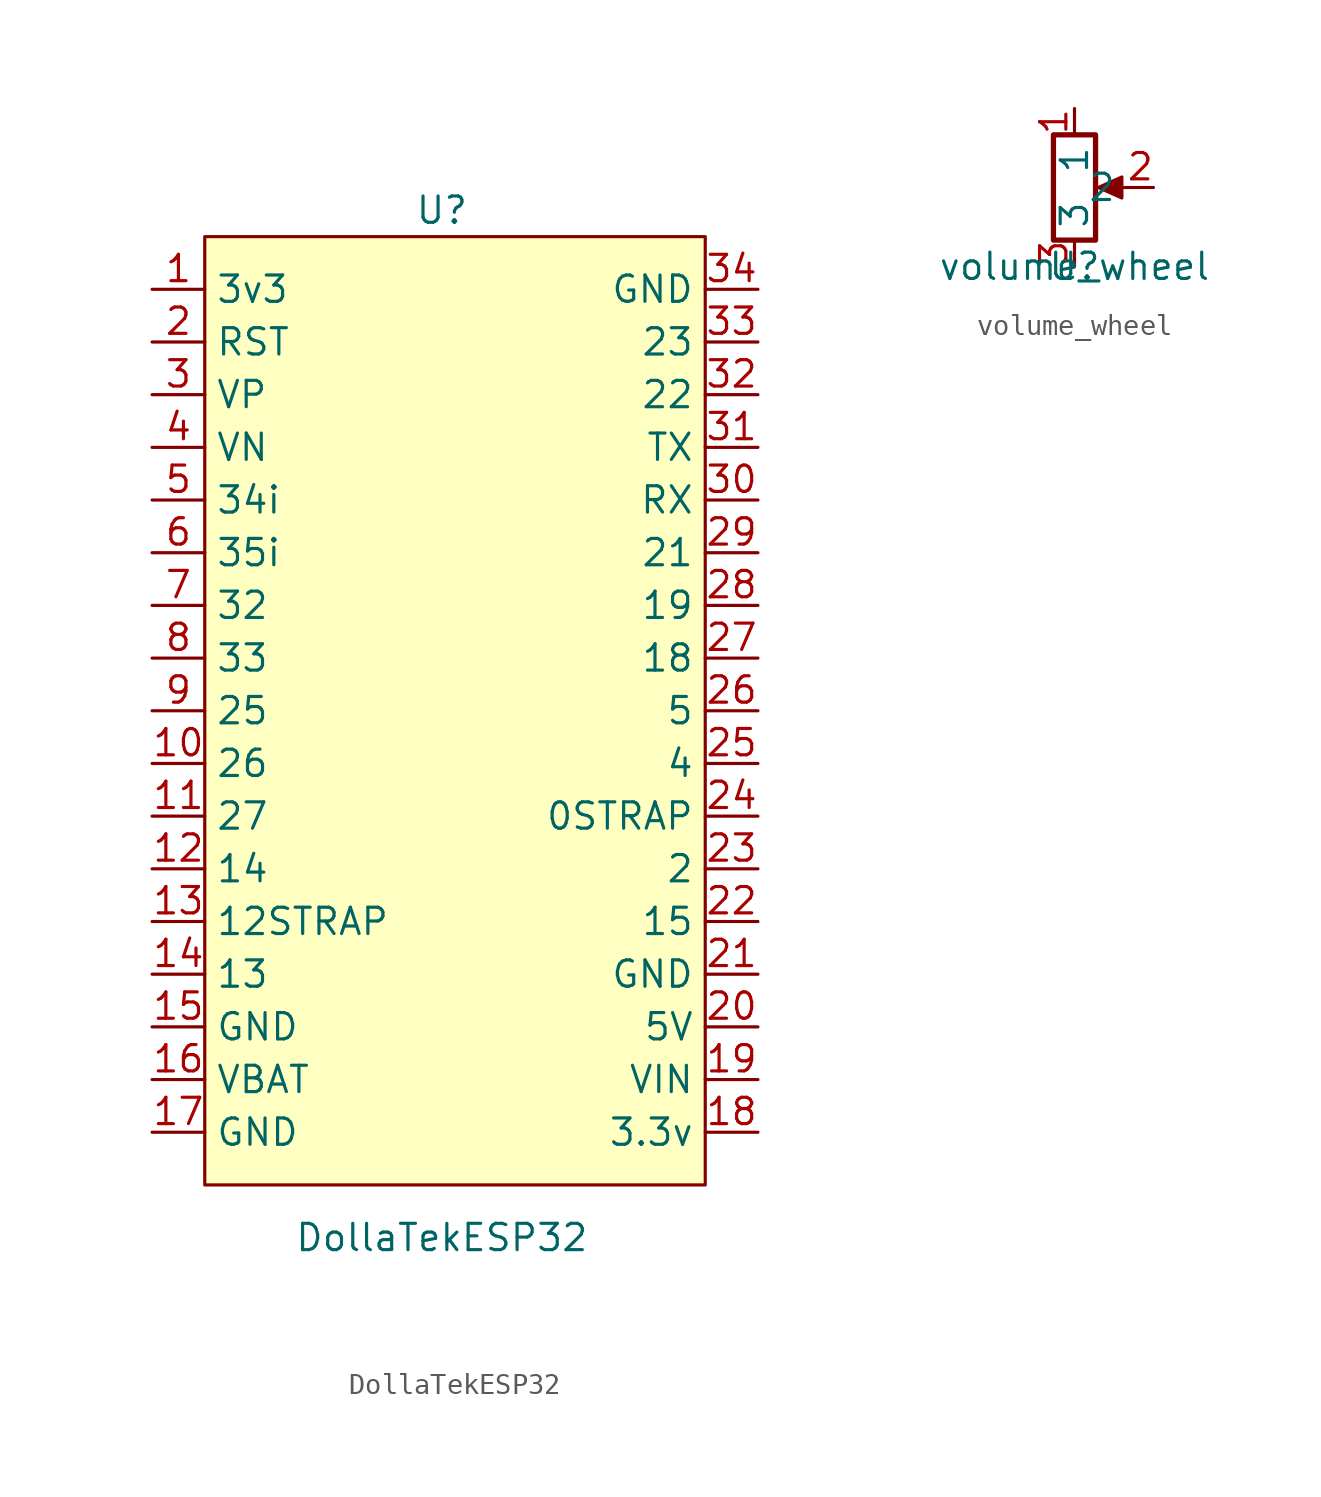
<source format=kicad_sym>
(kicad_symbol_lib
  (version 20211014)
  (generator kicad_symbol_editor)
  (symbol "DollaTekESP32"
    (property "Reference" "U"
      (at 0 21.59 0)
      (effects (font (size 1.27 1.27))))
    (property "Value" "DollaTekESP32"
      (at 0 -27.94 0)
      (effects (font (size 1.27 1.27))))
    (symbol "DollaTekESP32_0_1"
      (rectangle (start -11.43 20.32) (end 12.7 -25.4) (stroke (width 0) (type default) (color 0 0 0 0)) (fill (type background))))
    (symbol "DollaTekESP32_1_1"
      (pin bidirectional line (at -13.97 17.78 0) (length 2.54) (name "3v3" (effects (font (size 1.27 1.27)))) (number "1" (effects (font (size 1.27 1.27)))))
      (pin bidirectional line (at -13.97 -5.08 0) (length 2.54) (name "26" (effects (font (size 1.27 1.27)))) (number "10" (effects (font (size 1.27 1.27)))))
      (pin bidirectional line (at -13.97 -7.62 0) (length 2.54) (name "27" (effects (font (size 1.27 1.27)))) (number "11" (effects (font (size 1.27 1.27)))))
      (pin bidirectional line (at -13.97 -10.16 0) (length 2.54) (name "14" (effects (font (size 1.27 1.27)))) (number "12" (effects (font (size 1.27 1.27)))))
      (pin bidirectional line (at -13.97 -12.7 0) (length 2.54) (name "12STRAP" (effects (font (size 1.27 1.27)))) (number "13" (effects (font (size 1.27 1.27)))))
      (pin bidirectional line (at -13.97 -15.24 0) (length 2.54) (name "13" (effects (font (size 1.27 1.27)))) (number "14" (effects (font (size 1.27 1.27)))))
      (pin bidirectional line (at -13.97 -17.78 0) (length 2.54) (name "GND" (effects (font (size 1.27 1.27)))) (number "15" (effects (font (size 1.27 1.27)))))
      (pin bidirectional line (at -13.97 -20.32 0) (length 2.54) (name "VBAT" (effects (font (size 1.27 1.27)))) (number "16" (effects (font (size 1.27 1.27)))))
      (pin bidirectional line (at -13.97 -22.86 0) (length 2.54) (name "GND" (effects (font (size 1.27 1.27)))) (number "17" (effects (font (size 1.27 1.27)))))
      (pin bidirectional line (at 15.24 -22.86 180) (length 2.54) (name "3.3v" (effects (font (size 1.27 1.27)))) (number "18" (effects (font (size 1.27 1.27)))))
      (pin bidirectional line (at 15.24 -20.32 180) (length 2.54) (name "VIN" (effects (font (size 1.27 1.27)))) (number "19" (effects (font (size 1.27 1.27)))))
      (pin bidirectional line (at -13.97 15.24 0) (length 2.54) (name "RST" (effects (font (size 1.27 1.27)))) (number "2" (effects (font (size 1.27 1.27)))))
      (pin bidirectional line (at 15.24 -17.78 180) (length 2.54) (name "5V" (effects (font (size 1.27 1.27)))) (number "20" (effects (font (size 1.27 1.27)))))
      (pin bidirectional line (at 15.24 -15.24 180) (length 2.54) (name "GND" (effects (font (size 1.27 1.27)))) (number "21" (effects (font (size 1.27 1.27)))))
      (pin bidirectional line (at 15.24 -12.7 180) (length 2.54) (name "15" (effects (font (size 1.27 1.27)))) (number "22" (effects (font (size 1.27 1.27)))))
      (pin bidirectional line (at 15.24 -10.16 180) (length 2.54) (name "2" (effects (font (size 1.27 1.27)))) (number "23" (effects (font (size 1.27 1.27)))))
      (pin bidirectional line (at 15.24 -7.62 180) (length 2.54) (name "0STRAP" (effects (font (size 1.27 1.27)))) (number "24" (effects (font (size 1.27 1.27)))))
      (pin bidirectional line (at 15.24 -5.08 180) (length 2.54) (name "4" (effects (font (size 1.27 1.27)))) (number "25" (effects (font (size 1.27 1.27)))))
      (pin bidirectional line (at 15.24 -2.54 180) (length 2.54) (name "5" (effects (font (size 1.27 1.27)))) (number "26" (effects (font (size 1.27 1.27)))))
      (pin bidirectional line (at 15.24 0 180) (length 2.54) (name "18" (effects (font (size 1.27 1.27)))) (number "27" (effects (font (size 1.27 1.27)))))
      (pin bidirectional line (at 15.24 2.54 180) (length 2.54) (name "19" (effects (font (size 1.27 1.27)))) (number "28" (effects (font (size 1.27 1.27)))))
      (pin bidirectional line (at 15.24 5.08 180) (length 2.54) (name "21" (effects (font (size 1.27 1.27)))) (number "29" (effects (font (size 1.27 1.27)))))
      (pin bidirectional line (at -13.97 12.7 0) (length 2.54) (name "VP" (effects (font (size 1.27 1.27)))) (number "3" (effects (font (size 1.27 1.27)))))
      (pin bidirectional line (at 15.24 7.62 180) (length 2.54) (name "RX" (effects (font (size 1.27 1.27)))) (number "30" (effects (font (size 1.27 1.27)))))
      (pin bidirectional line (at 15.24 10.16 180) (length 2.54) (name "TX" (effects (font (size 1.27 1.27)))) (number "31" (effects (font (size 1.27 1.27)))))
      (pin bidirectional line (at 15.24 12.7 180) (length 2.54) (name "22" (effects (font (size 1.27 1.27)))) (number "32" (effects (font (size 1.27 1.27)))))
      (pin bidirectional line (at 15.24 15.24 180) (length 2.54) (name "23" (effects (font (size 1.27 1.27)))) (number "33" (effects (font (size 1.27 1.27)))))
      (pin input line (at 15.24 17.78 180) (length 2.54) (name "GND" (effects (font (size 1.27 1.27)))) (number "34" (effects (font (size 1.27 1.27)))))
      (pin bidirectional line (at -13.97 10.16 0) (length 2.54) (name "VN" (effects (font (size 1.27 1.27)))) (number "4" (effects (font (size 1.27 1.27)))))
      (pin input line (at -13.97 7.62 0) (length 2.54) (name "34i" (effects (font (size 1.27 1.27)))) (number "5" (effects (font (size 1.27 1.27)))))
      (pin input line (at -13.97 5.08 0) (length 2.54) (name "35i" (effects (font (size 1.27 1.27)))) (number "6" (effects (font (size 1.27 1.27)))))
      (pin bidirectional line (at -13.97 2.54 0) (length 2.54) (name "32" (effects (font (size 1.27 1.27)))) (number "7" (effects (font (size 1.27 1.27)))))
      (pin bidirectional line (at -13.97 0 0) (length 2.54) (name "33" (effects (font (size 1.27 1.27)))) (number "8" (effects (font (size 1.27 1.27)))))
      (pin bidirectional line (at -13.97 -2.54 0) (length 2.54) (name "25" (effects (font (size 1.27 1.27)))) (number "9" (effects (font (size 1.27 1.27)))))))
  (symbol "volume_wheel"
    (property "Reference" "U"
      (at 0 0 0)
      (effects (font (size 1.27 1.27))))
    (property "Value" "volume_wheel"
      (at 0 0 0)
      (effects (font (size 1.27 1.27))))
    (symbol "volume_wheel_0_1"
      (polyline (pts (xy 2.54 3.81) (xy 1.524 3.81)) (stroke (width 0) (type default) (color 0 0 0 0)) (fill (type none)))
      (polyline (pts (xy 1.143 3.81) (xy 2.286 4.318) (xy 2.286 3.302) (xy 1.143 3.81)) (stroke (width 0) (type default) (color 0 0 0 0)) (fill (type outline)))
      (rectangle (start 1.016 6.35) (end -1.016 1.27) (stroke (width 0.254) (type default) (color 0 0 0 0)) (fill (type none))))
    (symbol "volume_wheel_1_1"
      (pin passive line (at 0 7.62 270) (length 1.27) (name "1" (effects (font (size 1.27 1.27)))) (number "1" (effects (font (size 1.27 1.27)))))
      (pin passive line (at 3.81 3.81 180) (length 1.27) (name "2" (effects (font (size 1.27 1.27)))) (number "2" (effects (font (size 1.27 1.27)))))
      (pin passive line (at 0 0 90) (length 1.27) (name "3" (effects (font (size 1.27 1.27)))) (number "3" (effects (font (size 1.27 1.27))))))))
</source>
